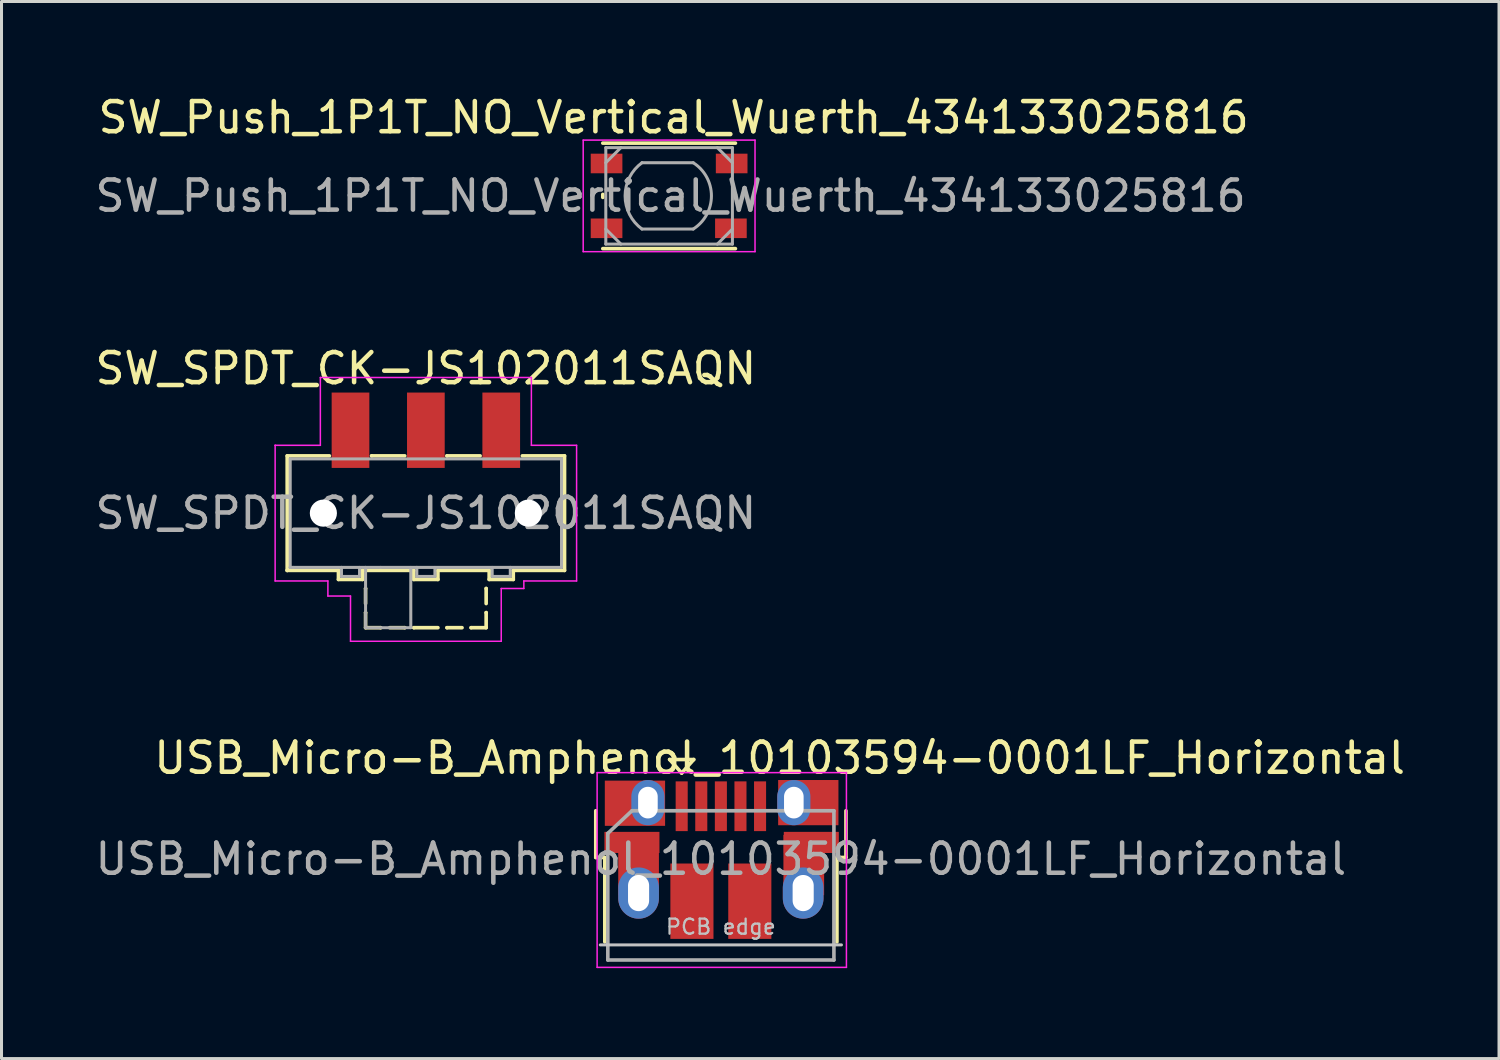
<source format=kicad_pcb>
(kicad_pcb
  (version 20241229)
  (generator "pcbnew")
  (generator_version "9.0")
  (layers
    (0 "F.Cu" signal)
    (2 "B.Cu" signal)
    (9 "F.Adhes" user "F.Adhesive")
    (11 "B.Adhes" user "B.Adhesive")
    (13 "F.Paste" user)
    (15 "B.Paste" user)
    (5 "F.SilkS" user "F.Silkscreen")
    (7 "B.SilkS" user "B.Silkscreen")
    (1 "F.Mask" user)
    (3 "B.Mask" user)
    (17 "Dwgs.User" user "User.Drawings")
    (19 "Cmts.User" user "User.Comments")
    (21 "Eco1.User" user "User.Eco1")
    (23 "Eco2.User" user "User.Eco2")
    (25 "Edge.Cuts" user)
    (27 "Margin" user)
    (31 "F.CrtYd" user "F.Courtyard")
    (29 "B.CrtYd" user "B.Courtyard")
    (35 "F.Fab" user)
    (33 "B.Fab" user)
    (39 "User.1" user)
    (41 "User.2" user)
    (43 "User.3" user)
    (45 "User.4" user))
  (footprint "SW_Push_1P1T_NO_Vertical_Wuerth_434133025816"
    (layer "F.Cu")
    (at 19.146 3.448)
    (property "Reference" "SW_Push_1P1T_NO_Vertical_Wuerth_434133025816" (at 0.15 -2.6 0) (layer "F.SilkS") (effects (font (size 1 1) (thickness 0.15))))
    (attr smd)
    (fp_line (start -2.2 0.05) (end -2.2 -0.05) (stroke (width 0.12) (type solid)) (layer "F.SilkS"))
    (fp_line (start -2.2 1.75) (end 2.2 1.75) (stroke (width 0.12) (type solid)) (layer "F.SilkS"))
    (fp_line (start 2.2 -1.75) (end -2.2 -1.75) (stroke (width 0.12) (type solid)) (layer "F.SilkS"))
    (fp_line (start 2.2 0.05) (end 2.2 -0.05) (stroke (width 0.12) (type solid)) (layer "F.SilkS"))
    (fp_line (start -2.85 -1.85) (end 2.85 -1.85) (stroke (width 0.05) (type solid)) (layer "F.CrtYd"))
    (fp_line (start -2.85 1.85) (end -2.85 -1.85) (stroke (width 0.05) (type solid)) (layer "F.CrtYd"))
    (fp_line (start 2.85 -1.85) (end 2.85 1.85) (stroke (width 0.05) (type solid)) (layer "F.CrtYd"))
    (fp_line (start 2.85 1.85) (end -2.85 1.85) (stroke (width 0.05) (type solid)) (layer "F.CrtYd"))
    (fp_line (start -2.1 -1.6) (end 2.1 -1.6) (stroke (width 0.1) (type solid)) (layer "F.Fab"))
    (fp_line (start -2.1 -1.1) (end -1.6 -1.6) (stroke (width 0.1) (type solid)) (layer "F.Fab"))
    (fp_line (start -2.1 1.1) (end -1.6 1.6) (stroke (width 0.1) (type solid)) (layer "F.Fab"))
    (fp_line (start -2.1 1.6) (end -2.1 -1.6) (stroke (width 0.1) (type solid)) (layer "F.Fab"))
    (fp_line (start -0.9 -1.1) (end 0.8 -1.1) (stroke (width 0.1) (type solid)) (layer "F.Fab"))
    (fp_line (start 0.8 1.1) (end -0.9 1.1) (stroke (width 0.1) (type solid)) (layer "F.Fab"))
    (fp_line (start 1.6 -1.6) (end 2.1 -1.1) (stroke (width 0.1) (type solid)) (layer "F.Fab"))
    (fp_line (start 1.6 1.6) (end 2.1 1.1) (stroke (width 0.1) (type solid)) (layer "F.Fab"))
    (fp_line (start 2.1 -1.6) (end 2.1 1.6) (stroke (width 0.1) (type solid)) (layer "F.Fab"))
    (fp_line (start 2.1 1.6) (end -2.1 1.6) (stroke (width 0.1) (type solid)) (layer "F.Fab"))
    (fp_arc (start -0.9 1.099999) (mid -1.460147 0) (end -0.9 -1.099999) (stroke (width 0.1) (type solid)) (layer "F.Fab"))
    (fp_arc (start 0.8 -1.099999) (mid 1.40384 0) (end 0.799999 1.099999) (stroke (width 0.1) (type solid)) (layer "F.Fab"))
    (fp_text user "${REFERENCE}" (at 0.05 0 0) (layer "F.Fab") (effects (font (size 1 1) (thickness 0.15))))
    (pad "1" smd rect (at -2.075 -1.075) (size 1.05 0.65) (layers "F.Cu" "F.Mask" "F.Paste"))
    (pad "1" smd rect (at 2.075 -1.075) (size 1.05 0.65) (layers "F.Cu" "F.Mask" "F.Paste"))
    (pad "2" smd rect (at -2.075 1.075) (size 1.05 0.65) (layers "F.Cu" "F.Mask" "F.Paste"))
    (pad "2" smd rect (at 2.05 1.075) (size 1.05 0.65) (layers "F.Cu" "F.Mask" "F.Paste")))
  (footprint "SW_SPDT_CK-JS102011SAQN"
    (layer "F.Cu")
    (at 11.077 13.972)
    (property "Reference" "SW_SPDT_CK-JS102011SAQN" (at 0 -4.8 0) (layer "F.SilkS") (effects (font (size 1 1) (thickness 0.15))))
    (attr smd)
    (fp_line (start -4.6 -1.9) (end -3.2 -1.9) (stroke (width 0.12) (type solid)) (layer "F.SilkS"))
    (fp_line (start -4.6 1.9) (end -4.6 -1.9) (stroke (width 0.12) (type solid)) (layer "F.SilkS"))
    (fp_line (start -4.6 1.9) (end -4.6 1.9) (stroke (width 0.12) (type solid)) (layer "F.SilkS"))
    (fp_line (start -2.9 1.9) (end -4.6 1.9) (stroke (width 0.12) (type solid)) (layer "F.SilkS"))
    (fp_line (start -2.9 2.2) (end -2.9 1.9) (stroke (width 0.12) (type solid)) (layer "F.SilkS"))
    (fp_line (start -2.1 1.9) (end -2.1 2.2) (stroke (width 0.12) (type solid)) (layer "F.SilkS"))
    (fp_line (start -2.1 2.2) (end -2.9 2.2) (stroke (width 0.12) (type solid)) (layer "F.SilkS"))
    (fp_line (start -2 2.5) (end -2 2.5) (stroke (width 0.12) (type solid)) (layer "F.SilkS"))
    (fp_line (start -2 3) (end -2 2.5) (stroke (width 0.12) (type solid)) (layer "F.SilkS"))
    (fp_line (start -2 3.3) (end -2 3.3) (stroke (width 0.12) (type solid)) (layer "F.SilkS"))
    (fp_line (start -2 3.8) (end -2 3.3) (stroke (width 0.12) (type solid)) (layer "F.SilkS"))
    (fp_line (start -2 3.8) (end -1.5 3.8) (stroke (width 0.12) (type solid)) (layer "F.SilkS"))
    (fp_line (start -1.8 -1.9) (end -1.8 -1.9) (stroke (width 0.12) (type solid)) (layer "F.SilkS"))
    (fp_line (start -1.5 3.8) (end -1.5 3.8) (stroke (width 0.12) (type solid)) (layer "F.SilkS"))
    (fp_line (start -1.2 3.8) (end -0.7 3.8) (stroke (width 0.12) (type solid)) (layer "F.SilkS"))
    (fp_line (start -0.7 -1.9) (end -1.8 -1.9) (stroke (width 0.12) (type solid)) (layer "F.SilkS"))
    (fp_line (start -0.7 3.8) (end -0.7 3.8) (stroke (width 0.12) (type solid)) (layer "F.SilkS"))
    (fp_line (start -0.4 1.9) (end -2.1 1.9) (stroke (width 0.12) (type solid)) (layer "F.SilkS"))
    (fp_line (start -0.4 2.2) (end -0.4 1.9) (stroke (width 0.12) (type solid)) (layer "F.SilkS"))
    (fp_line (start -0.4 3.8) (end -0.4 3.8) (stroke (width 0.12) (type solid)) (layer "F.SilkS"))
    (fp_line (start 0.4 1.9) (end 0.4 2.2) (stroke (width 0.12) (type solid)) (layer "F.SilkS"))
    (fp_line (start 0.4 2.2) (end -0.4 2.2) (stroke (width 0.12) (type solid)) (layer "F.SilkS"))
    (fp_line (start 0.4 3.8) (end -0.4 3.8) (stroke (width 0.12) (type solid)) (layer "F.SilkS"))
    (fp_line (start 0.7 -1.9) (end 0.7 -1.9) (stroke (width 0.12) (type solid)) (layer "F.SilkS"))
    (fp_line (start 0.7 3.8) (end 0.7 3.8) (stroke (width 0.12) (type solid)) (layer "F.SilkS"))
    (fp_line (start 1.2 3.8) (end 0.7 3.8) (stroke (width 0.12) (type solid)) (layer "F.SilkS"))
    (fp_line (start 1.5 3.8) (end 1.5 3.8) (stroke (width 0.12) (type solid)) (layer "F.SilkS"))
    (fp_line (start 1.8 -1.9) (end 0.7 -1.9) (stroke (width 0.12) (type solid)) (layer "F.SilkS"))
    (fp_line (start 2 2.5) (end 2 2.5) (stroke (width 0.12) (type solid)) (layer "F.SilkS"))
    (fp_line (start 2 3) (end 2 2.5) (stroke (width 0.12) (type solid)) (layer "F.SilkS"))
    (fp_line (start 2 3.3) (end 2 3.3) (stroke (width 0.12) (type solid)) (layer "F.SilkS"))
    (fp_line (start 2 3.8) (end 1.5 3.8) (stroke (width 0.12) (type solid)) (layer "F.SilkS"))
    (fp_line (start 2 3.8) (end 2 3.3) (stroke (width 0.12) (type solid)) (layer "F.SilkS"))
    (fp_line (start 2.1 1.9) (end 0.4 1.9) (stroke (width 0.12) (type solid)) (layer "F.SilkS"))
    (fp_line (start 2.1 2.2) (end 2.1 1.9) (stroke (width 0.12) (type solid)) (layer "F.SilkS"))
    (fp_line (start 2.9 1.9) (end 2.9 2.2) (stroke (width 0.12) (type solid)) (layer "F.SilkS"))
    (fp_line (start 2.9 2.2) (end 2.1 2.2) (stroke (width 0.12) (type solid)) (layer "F.SilkS"))
    (fp_line (start 3.2 -1.9) (end 4.6 -1.9) (stroke (width 0.12) (type solid)) (layer "F.SilkS"))
    (fp_line (start 4.6 -1.9) (end 4.6 1.9) (stroke (width 0.12) (type solid)) (layer "F.SilkS"))
    (fp_line (start 4.6 1.9) (end 2.9 1.9) (stroke (width 0.12) (type solid)) (layer "F.SilkS"))
    (fp_line (start -5 -2.25) (end -5 -2.25) (stroke (width 0.05) (type solid)) (layer "F.CrtYd"))
    (fp_line (start -5 -2.25) (end -5 2.25) (stroke (width 0.05) (type solid)) (layer "F.CrtYd"))
    (fp_line (start -5 2.25) (end -3.25 2.25) (stroke (width 0.05) (type solid)) (layer "F.CrtYd"))
    (fp_line (start -3.5 -4.5) (end -3.5 -2.25) (stroke (width 0.05) (type solid)) (layer "F.CrtYd"))
    (fp_line (start -3.5 -2.25) (end -5 -2.25) (stroke (width 0.05) (type solid)) (layer "F.CrtYd"))
    (fp_line (start -3.25 2.25) (end -3.25 2.75) (stroke (width 0.05) (type solid)) (layer "F.CrtYd"))
    (fp_line (start -3.25 2.75) (end -2.5 2.75) (stroke (width 0.05) (type solid)) (layer "F.CrtYd"))
    (fp_line (start -2.5 2.75) (end -2.5 4.25) (stroke (width 0.05) (type solid)) (layer "F.CrtYd"))
    (fp_line (start -2.5 4.25) (end 2.5 4.25) (stroke (width 0.05) (type solid)) (layer "F.CrtYd"))
    (fp_line (start 2.5 2.5) (end 3.25 2.5) (stroke (width 0.05) (type solid)) (layer "F.CrtYd"))
    (fp_line (start 2.5 4.25) (end 2.5 2.5) (stroke (width 0.05) (type solid)) (layer "F.CrtYd"))
    (fp_line (start 3.25 2.25) (end 5 2.25) (stroke (width 0.05) (type solid)) (layer "F.CrtYd"))
    (fp_line (start 3.25 2.5) (end 3.25 2.25) (stroke (width 0.05) (type solid)) (layer "F.CrtYd"))
    (fp_line (start 3.5 -4.5) (end -3.5 -4.5) (stroke (width 0.05) (type solid)) (layer "F.CrtYd"))
    (fp_line (start 3.5 -2.25) (end 3.5 -4.5) (stroke (width 0.05) (type solid)) (layer "F.CrtYd"))
    (fp_line (start 5 -2.25) (end 3.5 -2.25) (stroke (width 0.05) (type solid)) (layer "F.CrtYd"))
    (fp_line (start 5 2.25) (end 5 -2.25) (stroke (width 0.05) (type solid)) (layer "F.CrtYd"))
    (fp_line (start -4.5 -1.8) (end -4.5 1.8) (stroke (width 0.1) (type solid)) (layer "F.Fab"))
    (fp_line (start -4.5 -1.8) (end 4.5 -1.8) (stroke (width 0.1) (type solid)) (layer "F.Fab"))
    (fp_line (start -4.5 1.8) (end -4.5 1.8) (stroke (width 0.1) (type solid)) (layer "F.Fab"))
    (fp_line (start -4.5 1.8) (end -4.5 1.8) (stroke (width 0.1) (type solid)) (layer "F.Fab"))
    (fp_line (start -4.4 1.8) (end -4.5 1.8) (stroke (width 0.1) (type solid)) (layer "F.Fab"))
    (fp_line (start -2.8 1.8) (end -2.8 1.8) (stroke (width 0.1) (type solid)) (layer "F.Fab"))
    (fp_line (start -2.8 2.1) (end -2.8 1.8) (stroke (width 0.1) (type solid)) (layer "F.Fab"))
    (fp_line (start -2.2 1.8) (end -2.2 2.1) (stroke (width 0.1) (type solid)) (layer "F.Fab"))
    (fp_line (start -2.2 2.1) (end -2.8 2.1) (stroke (width 0.1) (type solid)) (layer "F.Fab"))
    (fp_line (start -2 1.8) (end -2 1.8) (stroke (width 0.1) (type solid)) (layer "F.Fab"))
    (fp_line (start -2 3.8) (end -2 1.8) (stroke (width 0.1) (type solid)) (layer "F.Fab"))
    (fp_line (start -1.5 1.8) (end -1.5 1.8) (stroke (width 0.1) (type solid)) (layer "F.Fab"))
    (fp_line (start -0.5 1.8) (end -0.5 3.8) (stroke (width 0.1) (type solid)) (layer "F.Fab"))
    (fp_line (start -0.5 3.8) (end -2 3.8) (stroke (width 0.1) (type solid)) (layer "F.Fab"))
    (fp_line (start -0.3 1.8) (end -0.3 1.8) (stroke (width 0.1) (type solid)) (layer "F.Fab"))
    (fp_line (start -0.3 2.1) (end -0.3 1.8) (stroke (width 0.1) (type solid)) (layer "F.Fab"))
    (fp_line (start 0.3 1.8) (end 0.3 2.1) (stroke (width 0.1) (type solid)) (layer "F.Fab"))
    (fp_line (start 0.3 2.1) (end -0.3 2.1) (stroke (width 0.1) (type solid)) (layer "F.Fab"))
    (fp_line (start 2.2 1.8) (end 2.2 2.1) (stroke (width 0.1) (type solid)) (layer "F.Fab"))
    (fp_line (start 2.2 2.1) (end 2.8 2.1) (stroke (width 0.1) (type solid)) (layer "F.Fab"))
    (fp_line (start 2.8 1.8) (end 2.8 1.8) (stroke (width 0.1) (type solid)) (layer "F.Fab"))
    (fp_line (start 2.8 2.1) (end 2.8 1.8) (stroke (width 0.1) (type solid)) (layer "F.Fab"))
    (fp_line (start 4.5 -1.8) (end 4.5 1.8) (stroke (width 0.1) (type solid)) (layer "F.Fab"))
    (fp_line (start 4.5 1.8) (end -4.4 1.8) (stroke (width 0.1) (type solid)) (layer "F.Fab"))
    (fp_text user "${REFERENCE}" (at 0 0 0) (layer "F.Fab") (effects (font (size 1 1) (thickness 0.15))))
    (pad "" np_thru_hole circle (at -3.4 0) (size 0.9 0.9) (drill 0.9) (layers "*.Cu" "*.Mask"))
    (pad "" np_thru_hole circle (at 3.4 0) (size 0.9 0.9) (drill 0.9) (layers "*.Cu" "*.Mask"))
    (pad "1" smd rect (at -2.5 -2.75) (size 1.25 2.5) (layers "F.Cu" "F.Mask" "F.Paste"))
    (pad "2" smd rect (at 0 -2.75) (size 1.25 2.5) (layers "F.Cu" "F.Mask" "F.Paste"))
    (pad "3" smd rect (at 2.5 -2.75) (size 1.25 2.5) (layers "F.Cu" "F.Mask" "F.Paste")))
  (footprint "USB_Micro-B_Amphenol_10103594-0001LF_Horizontal"
    (layer "F.Cu")
    (at 20.888 25.46)
    (property "Reference" "USB_Micro-B_Amphenol_10103594-0001LF_Horizontal" (at 1.925 -3.365 0) (layer "F.SilkS") (effects (font (size 1 1) (thickness 0.15))))
    (attr smd)
    (fp_line (start -4.175 -0.065) (end -4.175 -1.615) (stroke (width 0.12) (type solid)) (layer "F.SilkS"))
    (fp_line (start -4.175 -0.065) (end -3.875 -0.065) (stroke (width 0.12) (type solid)) (layer "F.SilkS"))
    (fp_line (start -3.875 2.735) (end -3.875 -0.065) (stroke (width 0.12) (type solid)) (layer "F.SilkS"))
    (fp_line (start -1.725 -3.315) (end -0.925 -3.315) (stroke (width 0.12) (type solid)) (layer "F.SilkS"))
    (fp_line (start -1.325 -2.865) (end -1.725 -3.315) (stroke (width 0.12) (type solid)) (layer "F.SilkS"))
    (fp_line (start -0.925 -3.315) (end -1.325 -2.865) (stroke (width 0.12) (type solid)) (layer "F.SilkS"))
    (fp_line (start 3.825 -0.065) (end 4.125 -0.065) (stroke (width 0.12) (type solid)) (layer "F.SilkS"))
    (fp_line (start 3.825 2.735) (end 3.825 -0.065) (stroke (width 0.12) (type solid)) (layer "F.SilkS"))
    (fp_line (start 4.125 -0.065) (end 4.125 -1.615) (stroke (width 0.12) (type solid)) (layer "F.SilkS"))
    (fp_line (start -4.025 2.835) (end 3.975 2.835) (stroke (width 0.1) (type solid)) (layer "Dwgs.User"))
    (fp_line (start -4.13 -2.88) (end -4.13 3.58) (stroke (width 0.05) (type solid)) (layer "F.CrtYd"))
    (fp_line (start -4.13 -2.88) (end 4.14 -2.88) (stroke (width 0.05) (type solid)) (layer "F.CrtYd"))
    (fp_line (start 4.14 3.58) (end -4.13 3.58) (stroke (width 0.05) (type solid)) (layer "F.CrtYd"))
    (fp_line (start 4.14 3.58) (end 4.14 -2.88) (stroke (width 0.05) (type solid)) (layer "F.CrtYd"))
    (fp_line (start -3.775 -0.865) (end -2.975 -1.615) (stroke (width 0.12) (type solid)) (layer "F.Fab"))
    (fp_line (start -3.775 3.335) (end -3.775 -0.865) (stroke (width 0.12) (type solid)) (layer "F.Fab"))
    (fp_line (start -2.975 -1.615) (end 3.725 -1.615) (stroke (width 0.12) (type solid)) (layer "F.Fab"))
    (fp_line (start 3.725 -1.615) (end 3.725 3.335) (stroke (width 0.12) (type solid)) (layer "F.Fab"))
    (fp_line (start 3.725 3.335) (end -3.775 3.335) (stroke (width 0.12) (type solid)) (layer "F.Fab"))
    (fp_text user "PCB edge" (at -0.025 2.235 0) (layer "Dwgs.User") (effects (font (size 0.5 0.5) (thickness 0.075))))
    (fp_text user "${REFERENCE}" (at -0.025 -0.015 0) (layer "F.Fab") (effects (font (size 1 1) (thickness 0.15))))
    (pad "1" smd rect (at -1.325 -1.765 90) (size 1.65 0.4) (layers "F.Cu" "F.Mask" "F.Paste"))
    (pad "2" smd rect (at -0.675 -1.765 90) (size 1.65 0.4) (layers "F.Cu" "F.Mask" "F.Paste"))
    (pad "3" smd rect (at -0.025 -1.765 90) (size 1.65 0.4) (layers "F.Cu" "F.Mask" "F.Paste"))
    (pad "4" smd rect (at 0.625 -1.765 90) (size 1.65 0.4) (layers "F.Cu" "F.Mask" "F.Paste"))
    (pad "5" smd rect (at 1.275 -1.765 90) (size 1.65 0.4) (layers "F.Cu" "F.Mask" "F.Paste"))
    (pad "6" smd rect (at -2.975 -0.565) (size 1.825 0.7) (layers "F.Cu" "F.Mask" "F.Paste"))
    (pad "6" smd rect (at -2.875 -1.865) (size 2 1.5) (layers "F.Cu" "F.Mask" "F.Paste"))
    (pad "6" smd rect (at -2.755 0.185) (size 1.35 2) (layers "F.Cu" "F.Mask" "F.Paste"))
    (pad "6" thru_hole oval (at -2.755 1.115 90) (size 1.7 1.35) (drill oval 1.2 0.7) (layers "*.Cu" "*.Mask"))
    (pad "6" thru_hole oval (at -2.445 -1.885 90) (size 1.5 1.1) (drill oval 1.05 0.65) (layers "*.Cu" "*.Mask"))
    (pad "6" smd rect (at -0.985 1.385 90) (size 2.5 1.43) (layers "F.Cu" "F.Mask" "F.Paste"))
    (pad "6" smd rect (at 0.935 1.385 90) (size 2.5 1.43) (layers "F.Cu" "F.Mask" "F.Paste"))
    (pad "6" thru_hole oval (at 2.395 -1.885 90) (size 1.5 1.1) (drill oval 1.05 0.65) (layers "*.Cu" "*.Mask"))
    (pad "6" thru_hole oval (at 2.705 1.115 90) (size 1.7 1.35) (drill oval 1.2 0.7) (layers "*.Cu" "*.Mask"))
    (pad "6" smd rect (at 2.725 0.185) (size 1.35 2) (layers "F.Cu" "F.Mask" "F.Paste"))
    (pad "6" smd rect (at 2.875 -1.885) (size 2 1.5) (layers "F.Cu" "F.Mask" "F.Paste"))
    (pad "6" smd rect (at 2.975 -0.565) (size 1.825 0.7) (layers "F.Cu" "F.Mask" "F.Paste")))
  (gr_rect
    (start -3 -3)
    (end 46.676 32.065)
    (stroke (width 0.1) (type default))
    (fill no)
    (layer "Edge.Cuts")))
</source>
